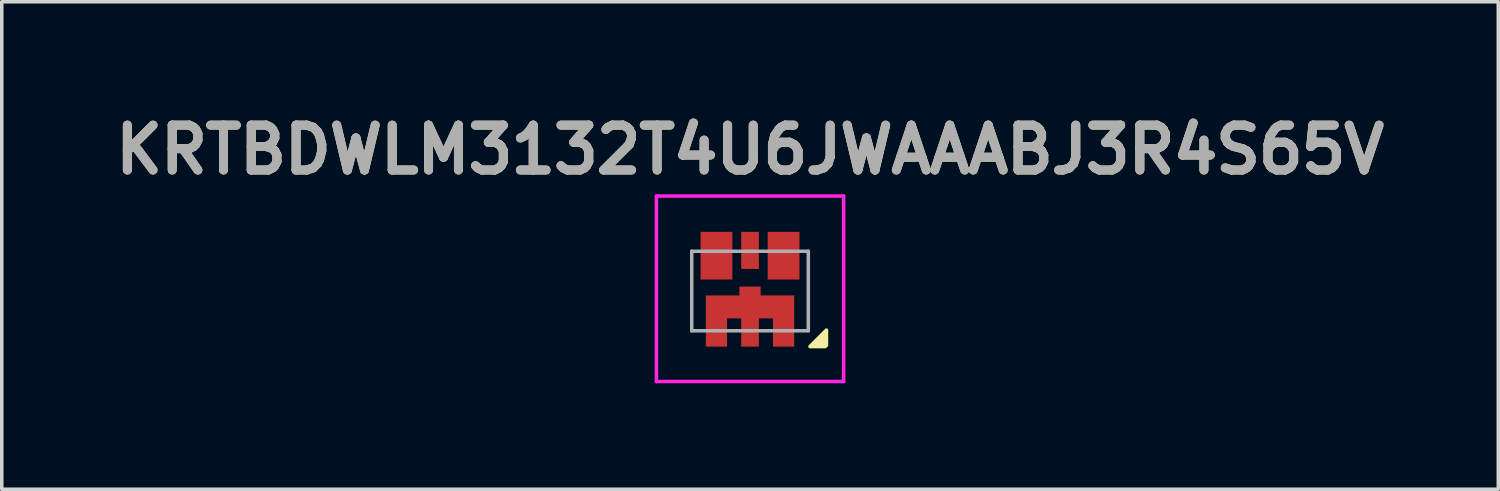
<source format=kicad_pcb>
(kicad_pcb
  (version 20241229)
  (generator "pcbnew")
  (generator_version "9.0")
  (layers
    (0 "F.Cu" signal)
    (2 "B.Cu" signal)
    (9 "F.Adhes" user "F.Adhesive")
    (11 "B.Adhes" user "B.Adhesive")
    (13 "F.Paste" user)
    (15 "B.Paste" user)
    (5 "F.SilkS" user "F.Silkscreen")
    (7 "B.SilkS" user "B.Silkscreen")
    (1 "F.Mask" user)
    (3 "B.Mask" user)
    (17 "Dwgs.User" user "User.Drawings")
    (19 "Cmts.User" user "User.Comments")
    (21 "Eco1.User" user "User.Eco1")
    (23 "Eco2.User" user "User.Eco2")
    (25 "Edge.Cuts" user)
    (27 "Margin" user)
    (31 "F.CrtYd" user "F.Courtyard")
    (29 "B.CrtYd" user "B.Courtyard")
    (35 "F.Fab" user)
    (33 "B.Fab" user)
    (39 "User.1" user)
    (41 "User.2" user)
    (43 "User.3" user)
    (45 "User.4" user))
  (footprint "KRTBDWLM3132T4U6JWAAABJ3R4S65V"
    (layer "F.Cu")
    (at 18.185 5.189)
    (property "Reference" "KRTBDWLM3132T4U6JWAAABJ3R4S65V" (at 0 -4 0) (layer "F.SilkS") (effects (font (size 1.27 1.27) (thickness 0.254))))
    (attr smd)
    (fp_poly (pts (xy 1.698 1.573) (xy 2.127 1.573) (xy 2.164 1.536) (xy 2.164 1.108) (xy 2.163 1.108)) (stroke (width 0.1) (type solid)) (fill yes) (layer "F.SilkS"))
    (fp_rect (start -1.2 0.175) (end 1.2 0.725) (stroke (width 0) (type solid)) (fill yes) (layer "F.Paste"))
    (fp_rect (start -1.2 0.825) (end -0.7 1.525) (stroke (width 0) (type solid)) (fill yes) (layer "F.Paste"))
    (fp_rect (start -0.2 0.825) (end 0.2 1.525) (stroke (width 0) (type solid)) (fill yes) (layer "F.Paste"))
    (fp_rect (start 0.7 0.825) (end 1.2 1.525) (stroke (width 0) (type solid)) (fill yes) (layer "F.Paste"))
    (fp_line (start -2.65 -2.688) (end 2.65 -2.688) (stroke (width 0.1) (type solid)) (layer "F.CrtYd"))
    (fp_line (start -2.65 2.563) (end -2.65 -2.688) (stroke (width 0.1) (type solid)) (layer "F.CrtYd"))
    (fp_line (start 2.65 -2.688) (end 2.65 2.563) (stroke (width 0.1) (type solid)) (layer "F.CrtYd"))
    (fp_line (start 2.65 2.563) (end -2.65 2.563) (stroke (width 0.1) (type solid)) (layer "F.CrtYd"))
    (fp_line (start -1.65 -1.125) (end 1.65 -1.125) (stroke (width 0.1) (type solid)) (layer "F.Fab"))
    (fp_line (start -1.65 1.125) (end -1.65 -1.125) (stroke (width 0.1) (type solid)) (layer "F.Fab"))
    (fp_line (start 1.65 -1.125) (end 1.65 1.125) (stroke (width 0.1) (type solid)) (layer "F.Fab"))
    (fp_line (start 1.65 1.125) (end -1.65 1.125) (stroke (width 0.1) (type solid)) (layer "F.Fab"))
    (fp_text user "${REFERENCE}" (at 0 -4 0) (layer "F.Fab") (effects (font (size 1.27 1.27) (thickness 0.254))))
    (pad "1" smd rect (at -0.95 -1) (size 0.9 1.35) (layers "F.Cu" "F.Mask" "F.Paste"))
    (pad "2" smd rect (at 0 -1.15) (size 0.5 1.05) (layers "F.Cu" "F.Mask" "F.Paste"))
    (pad "3" smd rect (at 0.95 -1) (size 0.9 1.35) (layers "F.Cu" "F.Mask" "F.Paste"))
    (pad "4" smd custom (at 0 0.45) (size 2.5 0.65) (layers "F.Cu" "F.Mask") (options (anchor rect)) (primitives (gr_rect (start -0.25 0.25) (end 0.25 1.125) (width 0) (fill yes)) (gr_rect (start -0.3 -0.575) (end 0.3 -0.267) (width 0) (fill yes)) (gr_rect (start -1.25 0.25) (end -0.65 1.125) (width 0) (fill yes)) (gr_rect (start 0.65 0.25) (end 1.25 1.125) (width 0) (fill yes)))))
  (gr_rect
    (start -3 -3)
    (end 39.37 10.802)
    (stroke (width 0.1) (type default))
    (fill no)
    (layer "Edge.Cuts")))
</source>
